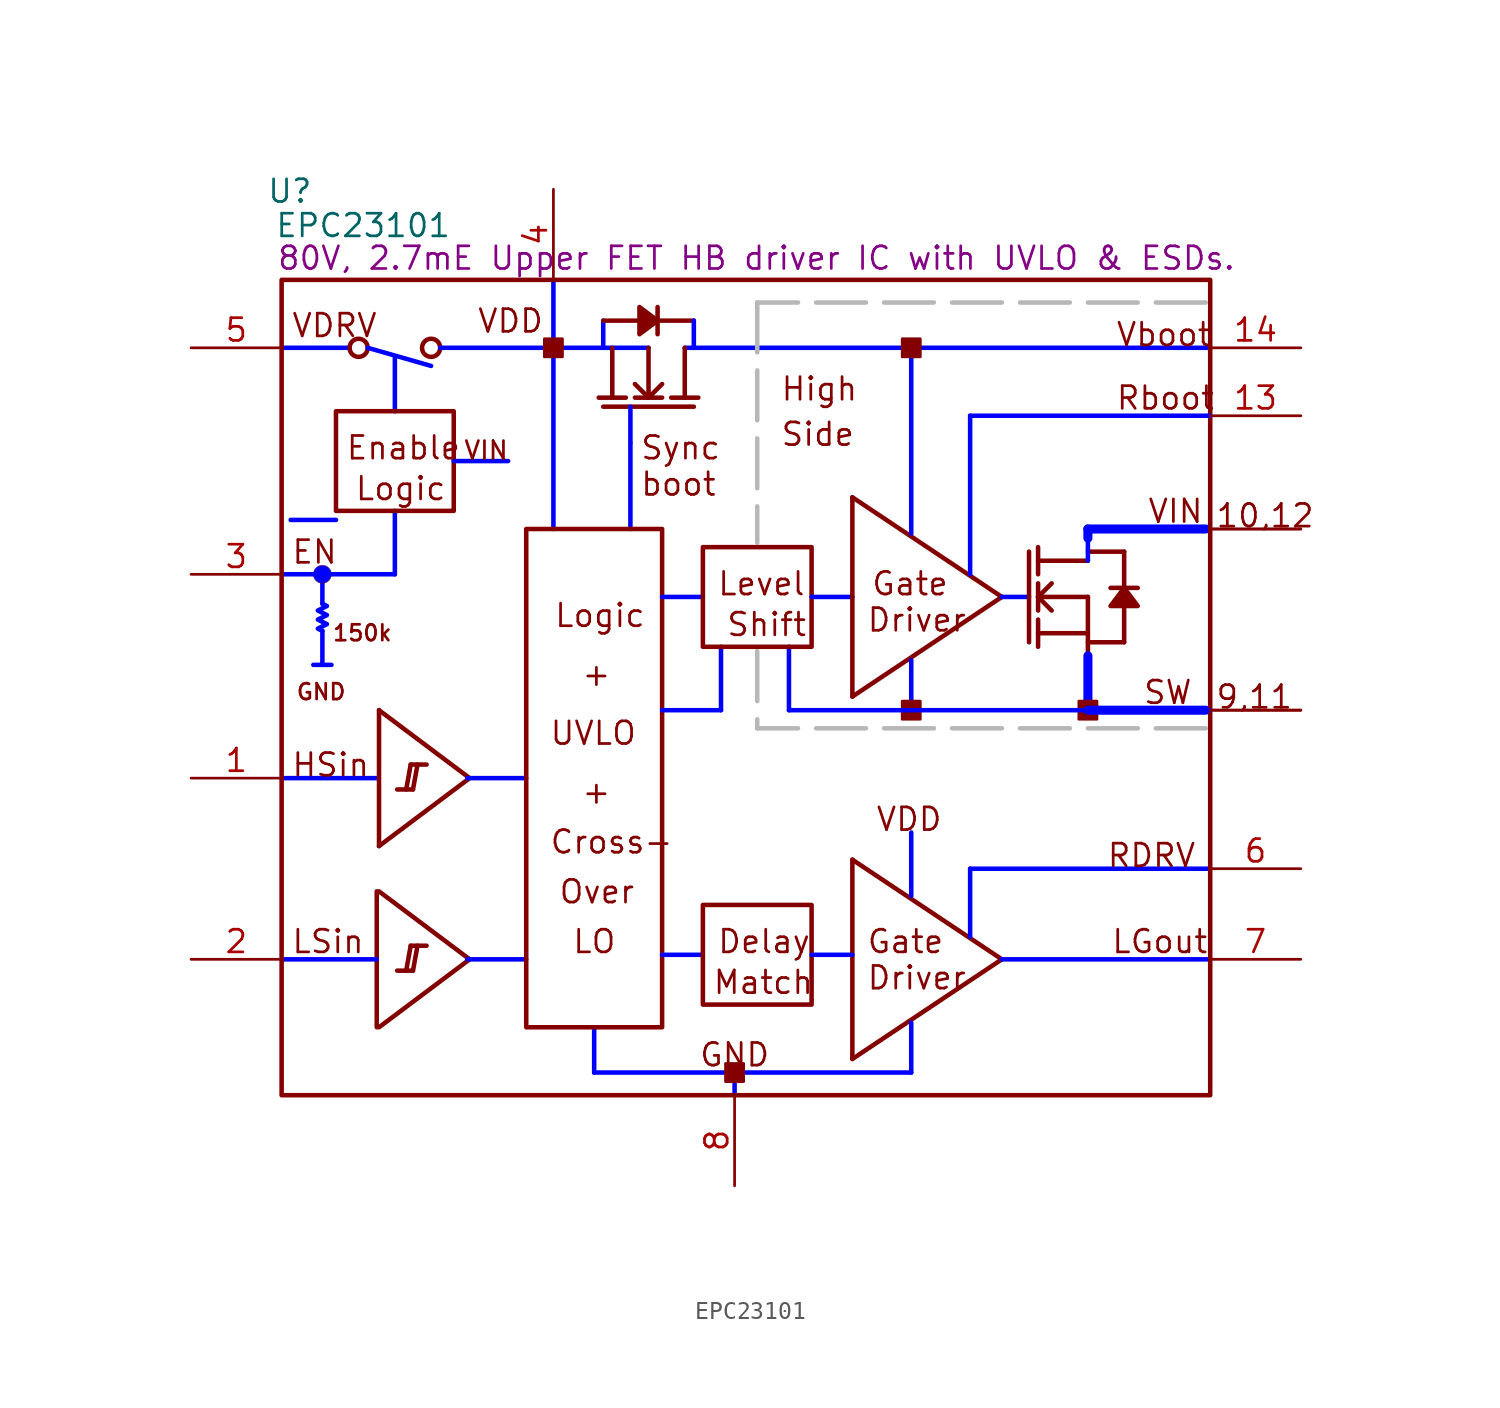
<source format=kicad_sym>
(kicad_symbol_lib
  (version 20220914)
  (generator kicad_symbol_editor)
  (symbol "EPC23101"
    (property "Reference" "U"
      (at 5.537 50.698 0)
      (effects (font (size 1.27 1.27))))
    (property "Value" "EPC23101"
      (at 9.652 48.768 0)
      (effects (font (size 1.27 1.27))))
    (property "Description" "80V, 2.7mE Upper FET HB driver IC with UVLO & ESDs."
      (at 31.699 46.939 0)
      (effects (font (size 1.27 1.27))))
    (symbol "EPC23101_1_0"
      (polyline (pts (xy 5.08 41.91) (xy 8.89 41.91)) (stroke (width 0.254) (type solid) (color 0 0 255 1)) (fill (type none)))
      (polyline (pts (xy 5.588 32.258) (xy 8.128 32.258)) (stroke (width 0.254) (type solid) (color 0 0 255 1)) (fill (type none)))
      (polyline (pts (xy 7.366 26.035) (xy 7.366 24.13)) (stroke (width 0.254) (type solid) (color 0 0 255 1)) (fill (type none)))
      (polyline (pts (xy 7.366 29.21) (xy 7.366 27.559)) (stroke (width 0.254) (type solid) (color 0 0 255 1)) (fill (type none)))
      (polyline (pts (xy 7.874 24.13) (xy 6.858 24.13)) (stroke (width 0.254) (type solid) (color 0 0 255 1)) (fill (type none)))
      (polyline (pts (xy 9.906 41.91) (xy 13.462 40.894)) (stroke (width 0.254) (type solid) (color 0 0 255 1)) (fill (type none)))
      (polyline (pts (xy 10.414 7.62) (xy 5.08 7.62)) (stroke (width 0.254) (type solid) (color 0 0 255 1)) (fill (type none)))
      (polyline (pts (xy 10.414 11.43) (xy 10.414 3.81)) (stroke (width 0.254) (type solid)) (fill (type none)))
      (polyline (pts (xy 10.414 17.78) (xy 5.08 17.78)) (stroke (width 0.254) (type solid) (color 0 0 255 1)) (fill (type none)))
      (polyline (pts (xy 10.541 3.81) (xy 15.621 7.62)) (stroke (width 0.254) (type solid)) (fill (type none)))
      (polyline (pts (xy 10.541 11.43) (xy 15.621 7.62)) (stroke (width 0.254) (type solid)) (fill (type none)))
      (polyline (pts (xy 10.541 13.97) (xy 15.621 17.78)) (stroke (width 0.254) (type solid)) (fill (type none)))
      (polyline (pts (xy 10.541 21.59) (xy 10.541 13.97)) (stroke (width 0.254) (type solid)) (fill (type none)))
      (polyline (pts (xy 10.541 21.59) (xy 15.621 17.78)) (stroke (width 0.254) (type solid)) (fill (type none)))
      (polyline (pts (xy 11.43 29.21) (xy 5.08 29.21)) (stroke (width 0.254) (type solid) (color 0 0 255 1)) (fill (type none)))
      (polyline (pts (xy 11.43 29.21) (xy 11.43 32.766)) (stroke (width 0.254) (type solid) (color 0 0 255 1)) (fill (type none)))
      (polyline (pts (xy 11.43 38.354) (xy 11.43 41.402)) (stroke (width 0.254) (type solid) (color 0 0 255 1)) (fill (type none)))
      (polyline (pts (xy 12.065 6.985) (xy 12.319 8.382)) (stroke (width 0.254) (type solid)) (fill (type none)))
      (polyline (pts (xy 12.065 17.145) (xy 12.319 18.542)) (stroke (width 0.254) (type solid)) (fill (type none)))
      (polyline (pts (xy 12.446 6.985) (xy 11.557 6.985)) (stroke (width 0.254) (type solid)) (fill (type none)))
      (polyline (pts (xy 12.446 6.985) (xy 12.7 8.382)) (stroke (width 0.254) (type solid)) (fill (type none)))
      (polyline (pts (xy 12.446 17.145) (xy 11.557 17.145)) (stroke (width 0.254) (type solid)) (fill (type none)))
      (polyline (pts (xy 12.446 17.145) (xy 12.7 18.542)) (stroke (width 0.254) (type solid)) (fill (type none)))
      (polyline (pts (xy 13.208 8.382) (xy 12.319 8.382)) (stroke (width 0.254) (type solid)) (fill (type none)))
      (polyline (pts (xy 13.208 18.542) (xy 12.319 18.542)) (stroke (width 0.254) (type solid)) (fill (type none)))
      (polyline (pts (xy 13.97 41.91) (xy 25.654 41.91)) (stroke (width 0.254) (type solid) (color 0 0 255 1)) (fill (type none)))
      (polyline (pts (xy 15.494 7.62) (xy 18.796 7.62)) (stroke (width 0.254) (type solid) (color 0 0 255 1)) (fill (type none)))
      (polyline (pts (xy 15.494 17.78) (xy 18.796 17.78)) (stroke (width 0.254) (type solid) (color 0 0 255 1)) (fill (type none)))
      (polyline (pts (xy 17.78 35.56) (xy 14.732 35.56)) (stroke (width 0.254) (type solid) (color 0 0 255 1)) (fill (type none)))
      (polyline (pts (xy 20.32 31.75) (xy 20.32 45.72)) (stroke (width 0.254) (type solid) (color 0 0 255 1)) (fill (type none)))
      (polyline (pts (xy 22.606 1.27) (xy 22.606 3.81)) (stroke (width 0.254) (type solid) (color 0 0 255 1)) (fill (type none)))
      (polyline (pts (xy 22.606 1.27) (xy 40.386 1.27)) (stroke (width 0.254) (type solid) (color 0 0 255 1)) (fill (type none)))
      (polyline (pts (xy 23.114 38.608) (xy 28.194 38.608)) (stroke (width 0.254) (type solid)) (fill (type none)))
      (polyline (pts (xy 23.114 43.434) (xy 23.114 41.91)) (stroke (width 0.254) (type solid) (color 0 0 255 1)) (fill (type none)))
      (polyline (pts (xy 23.114 43.434) (xy 25.146 43.434)) (stroke (width 0.254) (type solid)) (fill (type none)))
      (polyline (pts (xy 23.622 41.91) (xy 23.622 39.116)) (stroke (width 0.254) (type solid)) (fill (type none)))
      (polyline (pts (xy 24.384 39.116) (xy 22.86 39.116)) (stroke (width 0.254) (type solid)) (fill (type none)))
      (polyline (pts (xy 24.638 31.75) (xy 24.638 36.576)) (stroke (width 0.254) (type solid) (color 0 0 255 1)) (fill (type none)))
      (polyline (pts (xy 24.638 38.608) (xy 24.638 36.576)) (stroke (width 0.254) (type solid) (color 0 0 255 1)) (fill (type none)))
      (polyline (pts (xy 25.654 39.116) (xy 24.892 39.878)) (stroke (width 0.254) (type solid)) (fill (type none)))
      (polyline (pts (xy 25.654 39.116) (xy 25.654 41.91)) (stroke (width 0.254) (type solid)) (fill (type none)))
      (polyline (pts (xy 26.162 42.672) (xy 26.162 44.196)) (stroke (width 0.254) (type solid)) (fill (type none)))
      (polyline (pts (xy 26.162 43.434) (xy 28.194 43.434)) (stroke (width 0.254) (type solid)) (fill (type none)))
      (polyline (pts (xy 26.416 27.94) (xy 28.702 27.94)) (stroke (width 0.254) (type solid) (color 0 0 255 1)) (fill (type none)))
      (polyline (pts (xy 26.416 39.116) (xy 24.892 39.116)) (stroke (width 0.254) (type solid)) (fill (type none)))
      (polyline (pts (xy 26.416 39.878) (xy 25.654 39.116)) (stroke (width 0.254) (type solid)) (fill (type none)))
      (polyline (pts (xy 27.686 39.116) (xy 27.686 41.91)) (stroke (width 0.254) (type solid)) (fill (type none)))
      (polyline (pts (xy 27.686 41.91) (xy 57.15 41.91)) (stroke (width 0.254) (type solid) (color 0 0 255 1)) (fill (type none)))
      (polyline (pts (xy 28.194 43.434) (xy 28.194 41.91)) (stroke (width 0.254) (type solid) (color 0 0 255 1)) (fill (type none)))
      (polyline (pts (xy 28.448 39.116) (xy 26.924 39.116)) (stroke (width 0.254) (type solid)) (fill (type none)))
      (polyline (pts (xy 28.702 7.874) (xy 26.416 7.874)) (stroke (width 0.254) (type solid) (color 0 0 255 1)) (fill (type none)))
      (polyline (pts (xy 29.718 21.59) (xy 26.416 21.59)) (stroke (width 0.254) (type solid) (color 0 0 255 1)) (fill (type none)))
      (polyline (pts (xy 29.718 21.59) (xy 29.718 25.146)) (stroke (width 0.254) (type solid) (color 0 0 255 1)) (fill (type none)))
      (polyline (pts (xy 30.48 0) (xy 30.48 1.27)) (stroke (width 0.254) (type solid) (color 0 0 255 1)) (fill (type none)))
      (polyline (pts (xy 31.75 24.892) (xy 31.75 20.574)) (stroke (width 0.254) (type dash) (color 183 183 183 1)) (fill (type none)))
      (polyline (pts (xy 31.75 44.45) (xy 31.75 30.988)) (stroke (width 0.254) (type dash) (color 183 183 183 1)) (fill (type none)))
      (polyline (pts (xy 33.528 21.59) (xy 33.528 25.146)) (stroke (width 0.254) (type solid) (color 0 0 255 1)) (fill (type none)))
      (polyline (pts (xy 34.798 27.94) (xy 37.084 27.94)) (stroke (width 0.254) (type solid) (color 0 0 255 1)) (fill (type none)))
      (polyline (pts (xy 37.084 2.032) (xy 45.466 7.62)) (stroke (width 0.254) (type solid)) (fill (type none)))
      (polyline (pts (xy 37.084 7.874) (xy 34.798 7.874)) (stroke (width 0.254) (type solid) (color 0 0 255 1)) (fill (type none)))
      (polyline (pts (xy 37.084 13.208) (xy 37.084 2.032)) (stroke (width 0.254) (type solid)) (fill (type none)))
      (polyline (pts (xy 37.084 13.208) (xy 45.466 7.62)) (stroke (width 0.254) (type solid)) (fill (type none)))
      (polyline (pts (xy 37.084 22.352) (xy 45.466 27.94)) (stroke (width 0.254) (type solid)) (fill (type none)))
      (polyline (pts (xy 37.084 33.528) (xy 37.084 22.352)) (stroke (width 0.254) (type solid)) (fill (type none)))
      (polyline (pts (xy 37.084 33.528) (xy 45.466 27.94)) (stroke (width 0.254) (type solid)) (fill (type none)))
      (polyline (pts (xy 40.386 1.27) (xy 40.386 4.064)) (stroke (width 0.254) (type solid) (color 0 0 255 1)) (fill (type none)))
      (polyline (pts (xy 40.386 11.176) (xy 40.386 14.732)) (stroke (width 0.254) (type solid) (color 0 0 255 1)) (fill (type none)))
      (polyline (pts (xy 40.386 21.59) (xy 40.386 24.384)) (stroke (width 0.254) (type solid) (color 0 0 255 1)) (fill (type none)))
      (polyline (pts (xy 40.386 31.496) (xy 40.386 41.91)) (stroke (width 0.254) (type solid) (color 0 0 255 1)) (fill (type none)))
      (polyline (pts (xy 43.688 8.89) (xy 43.688 12.7)) (stroke (width 0.254) (type solid) (color 0 0 255 1)) (fill (type none)))
      (polyline (pts (xy 43.688 12.7) (xy 57.15 12.7)) (stroke (width 0.254) (type solid) (color 0 0 255 1)) (fill (type none)))
      (polyline (pts (xy 43.688 29.21) (xy 43.688 38.1)) (stroke (width 0.254) (type solid) (color 0 0 255 1)) (fill (type none)))
      (polyline (pts (xy 45.466 7.62) (xy 57.15 7.62)) (stroke (width 0.254) (type solid) (color 0 0 255 1)) (fill (type none)))
      (polyline (pts (xy 45.466 27.94) (xy 46.99 27.94)) (stroke (width 0.254) (type solid) (color 0 0 255 1)) (fill (type none)))
      (polyline (pts (xy 46.99 30.48) (xy 46.99 25.4)) (stroke (width 0.254) (type solid)) (fill (type none)))
      (polyline (pts (xy 47.498 25.146) (xy 47.498 26.67)) (stroke (width 0.254) (type solid)) (fill (type none)))
      (polyline (pts (xy 47.498 25.908) (xy 50.292 25.908)) (stroke (width 0.254) (type solid)) (fill (type none)))
      (polyline (pts (xy 47.498 27.178) (xy 47.498 28.702)) (stroke (width 0.254) (type solid)) (fill (type none)))
      (polyline (pts (xy 47.498 27.94) (xy 48.26 28.702)) (stroke (width 0.254) (type solid)) (fill (type none)))
      (polyline (pts (xy 47.498 27.94) (xy 50.292 27.94)) (stroke (width 0.254) (type solid)) (fill (type none)))
      (polyline (pts (xy 47.498 29.21) (xy 47.498 30.734)) (stroke (width 0.254) (type solid)) (fill (type none)))
      (polyline (pts (xy 48.26 27.178) (xy 47.498 27.94)) (stroke (width 0.254) (type solid)) (fill (type none)))
      (polyline (pts (xy 50.292 21.59) (xy 50.292 24.638)) (stroke (width 0.254) (type solid) (color 0 0 255 1)) (fill (type none)))
      (polyline (pts (xy 50.292 21.59) (xy 50.292 24.638)) (stroke (width 0.508) (type solid) (color 0 0 255 1)) (fill (type none)))
      (polyline (pts (xy 50.292 25.4) (xy 52.324 25.4)) (stroke (width 0.254) (type solid)) (fill (type none)))
      (polyline (pts (xy 50.292 27.94) (xy 50.292 22.86)) (stroke (width 0.254) (type solid)) (fill (type none)))
      (polyline (pts (xy 50.292 29.972) (xy 47.498 29.972)) (stroke (width 0.254) (type solid)) (fill (type none)))
      (polyline (pts (xy 50.292 29.972) (xy 50.292 31.75)) (stroke (width 0.254) (type solid) (color 0 0 255 1)) (fill (type none)))
      (polyline (pts (xy 50.292 30.48) (xy 52.324 30.48)) (stroke (width 0.254) (type solid)) (fill (type none)))
      (polyline (pts (xy 50.292 31.242) (xy 50.292 31.75)) (stroke (width 0.508) (type solid) (color 0 0 255 1)) (fill (type none)))
      (polyline (pts (xy 50.292 31.75) (xy 57.15 31.75)) (stroke (width 0.254) (type solid) (color 0 0 255 1)) (fill (type none)))
      (polyline (pts (xy 52.324 27.432) (xy 52.324 25.4)) (stroke (width 0.254) (type solid)) (fill (type none)))
      (polyline (pts (xy 52.324 30.48) (xy 52.324 28.448)) (stroke (width 0.254) (type solid)) (fill (type none)))
      (polyline (pts (xy 53.086 28.448) (xy 51.562 28.448)) (stroke (width 0.254) (type solid)) (fill (type none)))
      (polyline (pts (xy 56.896 20.574) (xy 31.75 20.574)) (stroke (width 0.254) (type dash) (color 183 183 183 1)) (fill (type none)))
      (polyline (pts (xy 56.896 21.59) (xy 50.292 21.59)) (stroke (width 0.508) (type solid) (color 0 0 255 1)) (fill (type none)))
      (polyline (pts (xy 56.896 31.75) (xy 50.292 31.75)) (stroke (width 0.508) (type solid) (color 0 0 255 1)) (fill (type none)))
      (polyline (pts (xy 56.896 44.45) (xy 31.75 44.45)) (stroke (width 0.254) (type dash) (color 183 183 183 1)) (fill (type none)))
      (polyline (pts (xy 57.15 21.59) (xy 33.528 21.59)) (stroke (width 0.254) (type solid) (color 0 0 255 1)) (fill (type none)))
      (polyline (pts (xy 57.15 38.1) (xy 43.688 38.1)) (stroke (width 0.254) (type solid) (color 0 0 255 1)) (fill (type none)))
      (polyline (pts (xy 26.162 43.434) (xy 25.146 44.196) (xy 25.146 42.672) (xy 26.162 43.434)) (stroke (width 0.254) (type solid)) (fill (type outline)))
      (polyline (pts (xy 52.324 28.448) (xy 51.562 27.432) (xy 53.086 27.432) (xy 52.324 28.448)) (stroke (width 0.254) (type solid)) (fill (type outline)))
      (polyline (pts (xy 7.366 26.035) (xy 7.112 26.162) (xy 7.62 26.416) (xy 7.112 26.67) (xy 7.62 26.924) (xy 7.112 27.178) (xy 7.62 27.432) (xy 7.366 27.559)) (stroke (width 0.254) (type solid) (color 0 0 255 1)) (fill (type none)))
      (circle (center 7.366 29.21) (radius 0.508) (stroke (width 0.0001) (type solid)) (fill (type color) (color 0 0 255 1)))
      (circle (center 9.398 41.91) (radius 0.508) (stroke (width 0.254) (type solid)) (fill (type none)))
      (circle (center 13.462 41.91) (radius 0.508) (stroke (width 0.254) (type solid)) (fill (type none)))
      (rectangle (start 14.732 38.354) (end 8.128 32.766) (stroke (width 0.254) (type solid)) (fill (type none)))
      (rectangle (start 20.828 42.418) (end 19.812 41.402) (stroke (width 0) (type solid)) (fill (type outline)))
      (rectangle (start 26.416 31.75) (end 18.796 3.81) (stroke (width 0.254) (type solid)) (fill (type none)))
      (rectangle (start 30.988 1.778) (end 29.972 0.762) (stroke (width 0) (type solid)) (fill (type outline)))
      (rectangle (start 34.798 10.668) (end 28.702 5.08) (stroke (width 0.254) (type solid)) (fill (type none)))
      (rectangle (start 34.798 30.734) (end 28.702 25.146) (stroke (width 0.254) (type solid)) (fill (type none)))
      (rectangle (start 40.894 22.098) (end 39.878 21.082) (stroke (width 0) (type solid)) (fill (type outline)))
      (rectangle (start 40.894 42.418) (end 39.878 41.402) (stroke (width 0) (type solid)) (fill (type outline)))
      (rectangle (start 50.8 22.098) (end 49.784 21.082) (stroke (width 0) (type solid)) (fill (type outline)))
      (rectangle (start 57.15 45.72) (end 5.08 0) (stroke (width 0.254) (type solid)) (fill (type none)))
      (text "+" (at 21.844 16.256 0) (effects (font (size 1.27 1.27)) (justify left bottom)))
      (text "+" (at 21.844 22.86 0) (effects (font (size 1.27 1.27)) (justify left bottom)))
      (text "10,12" (at 57.404 31.75 0) (effects (font (size 1.27 1.27)) (justify left bottom)))
      (text "150k" (at 7.874 25.4 0) (effects (font (size 0.889 0.889)) (justify left bottom)))
      (text "9,11" (at 57.404 21.59 0) (effects (font (size 1.27 1.27)) (justify left bottom)))
      (text "boot" (at 25.146 33.528 0) (effects (font (size 1.27 1.27)) (justify left bottom)))
      (text "Cross-" (at 20.066 13.462 0) (effects (font (size 1.27 1.27)) (justify left bottom)))
      (text "Delay" (at 29.464 7.874 0) (effects (font (size 1.27 1.27)) (justify left bottom)))
      (text "Driver" (at 37.846 5.842 0) (effects (font (size 1.27 1.27)) (justify left bottom)))
      (text "Driver" (at 37.846 25.908 0) (effects (font (size 1.27 1.27)) (justify left bottom)))
      (text "EN" (at 5.588 29.718 0) (effects (font (size 1.27 1.27)) (justify left bottom)))
      (text "Enable" (at 8.636 35.56 0) (effects (font (size 1.27 1.27)) (justify left bottom)))
      (text "Gate" (at 37.846 7.874 0) (effects (font (size 1.27 1.27)) (justify left bottom)))
      (text "Gate" (at 38.1 27.94 0) (effects (font (size 1.27 1.27)) (justify left bottom)))
      (text "GND" (at 5.842 22.098 0) (effects (font (size 0.889 0.889)) (justify left bottom)))
      (text "GND" (at 28.448 1.524 0) (effects (font (size 1.27 1.27)) (justify left bottom)))
      (text "High" (at 33.02 38.862 0) (effects (font (size 1.27 1.27)) (justify left bottom)))
      (text "HSin" (at 5.588 17.78 0) (effects (font (size 1.27 1.27)) (justify left bottom)))
      (text "Level" (at 29.464 27.94 0) (effects (font (size 1.27 1.27)) (justify left bottom)))
      (text "LGout" (at 51.562 7.874 0) (effects (font (size 1.27 1.27)) (justify left bottom)))
      (text "LO" (at 21.336 7.874 0) (effects (font (size 1.27 1.27)) (justify left bottom)))
      (text "Logic" (at 9.144 33.274 0) (effects (font (size 1.27 1.27)) (justify left bottom)))
      (text "Logic" (at 20.32 26.162 0) (effects (font (size 1.27 1.27)) (justify left bottom)))
      (text "LSin" (at 5.588 7.874 0) (effects (font (size 1.27 1.27)) (justify left bottom)))
      (text "Match" (at 29.21 5.588 0) (effects (font (size 1.27 1.27)) (justify left bottom)))
      (text "Over" (at 20.574 10.668 0) (effects (font (size 1.27 1.27)) (justify left bottom)))
      (text "Rboot" (at 51.816 38.354 0) (effects (font (size 1.27 1.27)) (justify left bottom)))
      (text "RDRV" (at 51.308 12.7 0) (effects (font (size 1.27 1.27)) (justify left bottom)))
      (text "Shift" (at 29.972 25.654 0) (effects (font (size 1.27 1.27)) (justify left bottom)))
      (text "Side" (at 33.02 36.322 0) (effects (font (size 1.27 1.27)) (justify left bottom)))
      (text "SW" (at 53.34 21.844 0) (effects (font (size 1.27 1.27)) (justify left bottom)))
      (text "Sync" (at 25.146 35.56 0) (effects (font (size 1.27 1.27)) (justify left bottom)))
      (text "UVLO" (at 20.066 19.558 0) (effects (font (size 1.27 1.27)) (justify left bottom)))
      (text "Vboot" (at 51.816 41.91 0) (effects (font (size 1.27 1.27)) (justify left bottom)))
      (text "VDD" (at 16.002 42.672 0) (effects (font (size 1.27 1.27)) (justify left bottom)))
      (text "VDD" (at 38.354 14.732 0) (effects (font (size 1.27 1.27)) (justify left bottom)))
      (text "VDRV" (at 5.588 42.418 0) (effects (font (size 1.27 1.27)) (justify left bottom)))
      (text "VIN" (at 15.24 35.56 0) (effects (font (size 1.016 1.016)) (justify left bottom)))
      (text "VIN" (at 53.594 32.004 0) (effects (font (size 1.27 1.27)) (justify left bottom)))
      (pin passive line (at 0 17.78 0) (length 5.08) (name "HSin" (effects (font (size 0 0)))) (number "1" (effects (font (size 1.27 1.27)))))
      (pin passive line (at 62.23 31.75 180) (length 5.08) (name "VIN" (effects (font (size 0 0)))) (number "10" (effects (font (size 0 0)))))
      (pin passive line (at 62.23 21.59 180) (length 5.08) (name "SW" (effects (font (size 0 0)))) (number "11" (effects (font (size 0 0)))))
      (pin passive line (at 62.23 31.75 180) (length 5.08) (name "VIN" (effects (font (size 0 0)))) (number "12" (effects (font (size 0 0)))))
      (pin passive line (at 62.23 38.1 180) (length 5.08) (name "Rboot" (effects (font (size 0 0)))) (number "13" (effects (font (size 1.27 1.27)))))
      (pin passive line (at 62.23 41.91 180) (length 5.08) (name "Vboot" (effects (font (size 0 0)))) (number "14" (effects (font (size 1.27 1.27)))))
      (pin passive line (at 0 7.62 0) (length 5.08) (name "LSin" (effects (font (size 0 0)))) (number "2" (effects (font (size 1.27 1.27)))))
      (pin passive line (at 0 29.21 0) (length 5.08) (name "ENb" (effects (font (size 0 0)))) (number "3" (effects (font (size 1.27 1.27)))))
      (pin passive line (at 20.32 50.8 270) (length 5.08) (name "VDD" (effects (font (size 0 0)))) (number "4" (effects (font (size 1.27 1.27)))))
      (pin passive line (at 0 41.91 0) (length 5.08) (name "VDRV" (effects (font (size 0 0)))) (number "5" (effects (font (size 1.27 1.27)))))
      (pin passive line (at 62.23 12.7 180) (length 5.08) (name "RDRV" (effects (font (size 0 0)))) (number "6" (effects (font (size 1.27 1.27)))))
      (pin passive line (at 62.23 7.62 180) (length 5.08) (name "LGout" (effects (font (size 0 0)))) (number "7" (effects (font (size 1.27 1.27)))))
      (pin passive line (at 30.48 -5.08 90) (length 5.08) (name "GND" (effects (font (size 0 0)))) (number "8" (effects (font (size 1.27 1.27)))))
      (pin passive line (at 62.23 21.59 180) (length 5.08) (name "SW" (effects (font (size 0 0)))) (number "9" (effects (font (size 0 0))))))))
</source>
